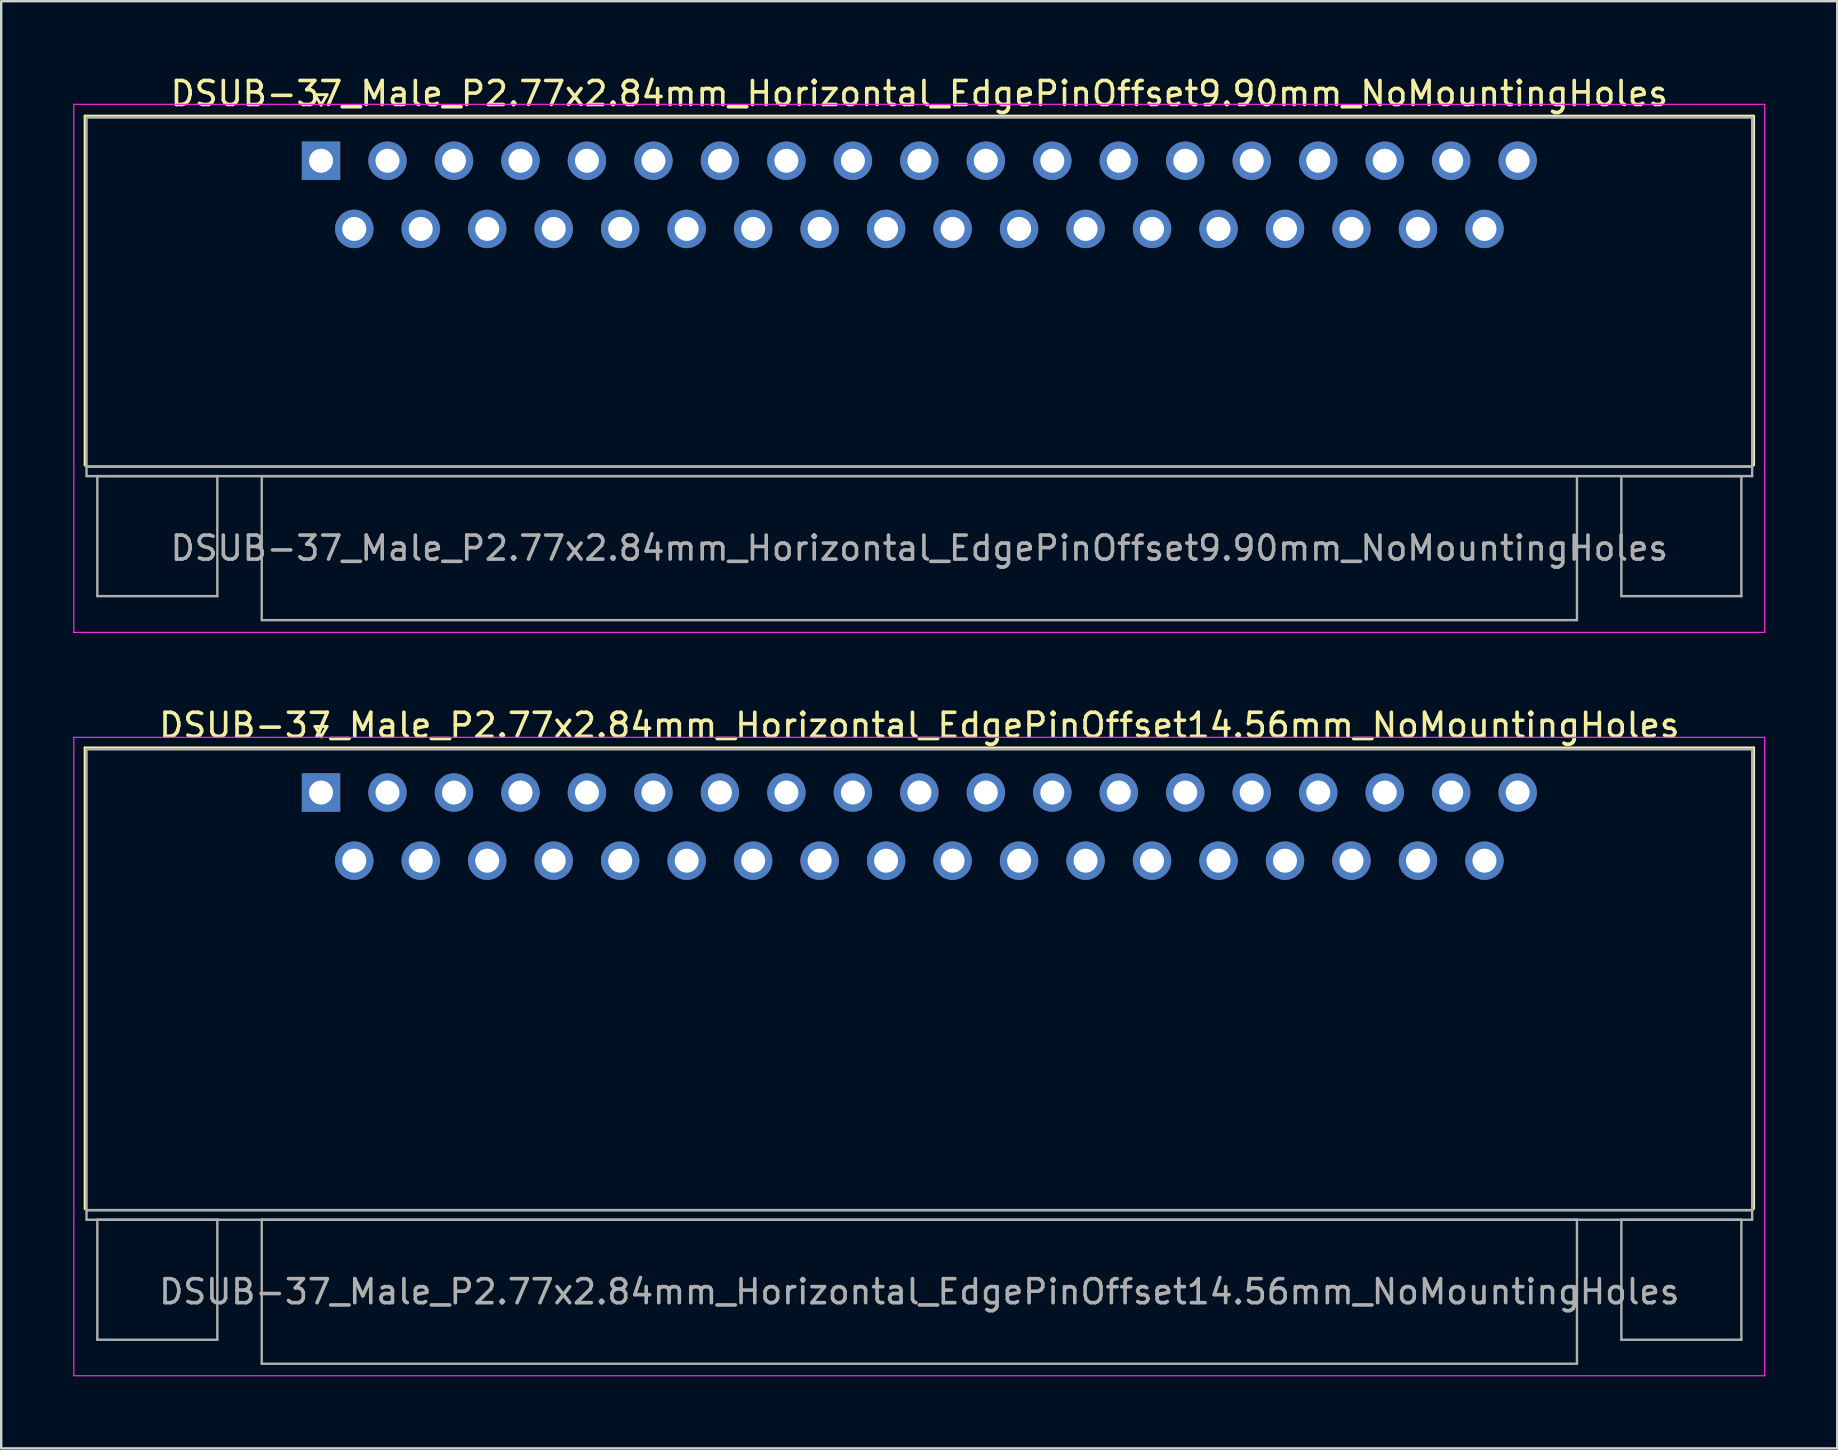
<source format=kicad_pcb>
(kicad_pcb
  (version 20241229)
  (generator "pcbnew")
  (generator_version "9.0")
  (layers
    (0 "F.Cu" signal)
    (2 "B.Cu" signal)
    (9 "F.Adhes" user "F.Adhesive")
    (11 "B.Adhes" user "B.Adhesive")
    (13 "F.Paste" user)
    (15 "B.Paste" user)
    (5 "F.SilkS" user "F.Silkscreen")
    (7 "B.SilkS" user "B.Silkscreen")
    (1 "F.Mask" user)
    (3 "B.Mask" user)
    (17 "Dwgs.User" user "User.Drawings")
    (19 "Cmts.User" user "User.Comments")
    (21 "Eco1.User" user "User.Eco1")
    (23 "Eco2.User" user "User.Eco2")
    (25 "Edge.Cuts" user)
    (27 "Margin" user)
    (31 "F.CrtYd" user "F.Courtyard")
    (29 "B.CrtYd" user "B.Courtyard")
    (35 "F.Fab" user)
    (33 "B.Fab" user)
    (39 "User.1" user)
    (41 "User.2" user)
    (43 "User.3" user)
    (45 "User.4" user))
  (footprint "DSUB-37_Male_P2.77x2.84mm_Horizontal_EdgePinOffset14.56mm_NoMountingHoles"
    (layer "F.Cu")
    (at 10.325 29.971)
    (property "Reference" "DSUB-37_Male_P2.77x2.84mm_Horizontal_EdgePinOffset14.56mm_NoMountingHoles" (at 24.93 -2.8 0) (layer "F.SilkS") (effects (font (size 1 1) (thickness 0.15))))
    (attr through_hole)
    (fp_line (start -9.83 -1.86) (end 59.69 -1.86) (stroke (width 0.12) (type solid)) (layer "F.SilkS"))
    (fp_line (start -9.83 17.34) (end -9.83 -1.86) (stroke (width 0.12) (type solid)) (layer "F.SilkS"))
    (fp_line (start -0.25 -2.754) (end 0.25 -2.754) (stroke (width 0.12) (type solid)) (layer "F.SilkS"))
    (fp_line (start 0 -2.321) (end -0.25 -2.754) (stroke (width 0.12) (type solid)) (layer "F.SilkS"))
    (fp_line (start 0.25 -2.754) (end 0 -2.321) (stroke (width 0.12) (type solid)) (layer "F.SilkS"))
    (fp_line (start 59.69 -1.86) (end 59.69 17.34) (stroke (width 0.12) (type solid)) (layer "F.SilkS"))
    (fp_line (start -10.3 -2.3) (end -10.3 24.3) (stroke (width 0.05) (type solid)) (layer "F.CrtYd"))
    (fp_line (start -10.3 24.3) (end 60.15 24.3) (stroke (width 0.05) (type solid)) (layer "F.CrtYd"))
    (fp_line (start 60.15 -2.3) (end -10.3 -2.3) (stroke (width 0.05) (type solid)) (layer "F.CrtYd"))
    (fp_line (start 60.15 24.3) (end 60.15 -2.3) (stroke (width 0.05) (type solid)) (layer "F.CrtYd"))
    (fp_line (start -9.77 -1.8) (end -9.77 17.4) (stroke (width 0.1) (type solid)) (layer "F.Fab"))
    (fp_line (start -9.77 17.4) (end -9.77 17.8) (stroke (width 0.1) (type solid)) (layer "F.Fab"))
    (fp_line (start -9.77 17.4) (end 59.63 17.4) (stroke (width 0.1) (type solid)) (layer "F.Fab"))
    (fp_line (start -9.77 17.8) (end 59.63 17.8) (stroke (width 0.1) (type solid)) (layer "F.Fab"))
    (fp_line (start -9.32 17.8) (end -9.32 22.8) (stroke (width 0.1) (type solid)) (layer "F.Fab"))
    (fp_line (start -9.32 22.8) (end -4.32 22.8) (stroke (width 0.1) (type solid)) (layer "F.Fab"))
    (fp_line (start -4.32 17.8) (end -9.32 17.8) (stroke (width 0.1) (type solid)) (layer "F.Fab"))
    (fp_line (start -4.32 22.8) (end -4.32 17.8) (stroke (width 0.1) (type solid)) (layer "F.Fab"))
    (fp_line (start -2.47 17.8) (end -2.47 23.8) (stroke (width 0.1) (type solid)) (layer "F.Fab"))
    (fp_line (start -2.47 23.8) (end 52.33 23.8) (stroke (width 0.1) (type solid)) (layer "F.Fab"))
    (fp_line (start 52.33 17.8) (end -2.47 17.8) (stroke (width 0.1) (type solid)) (layer "F.Fab"))
    (fp_line (start 52.33 23.8) (end 52.33 17.8) (stroke (width 0.1) (type solid)) (layer "F.Fab"))
    (fp_line (start 54.18 17.8) (end 54.18 22.8) (stroke (width 0.1) (type solid)) (layer "F.Fab"))
    (fp_line (start 54.18 22.8) (end 59.18 22.8) (stroke (width 0.1) (type solid)) (layer "F.Fab"))
    (fp_line (start 59.18 17.8) (end 54.18 17.8) (stroke (width 0.1) (type solid)) (layer "F.Fab"))
    (fp_line (start 59.18 22.8) (end 59.18 17.8) (stroke (width 0.1) (type solid)) (layer "F.Fab"))
    (fp_line (start 59.63 -1.8) (end -9.77 -1.8) (stroke (width 0.1) (type solid)) (layer "F.Fab"))
    (fp_line (start 59.63 17.4) (end -9.77 17.4) (stroke (width 0.1) (type solid)) (layer "F.Fab"))
    (fp_line (start 59.63 17.4) (end 59.63 -1.8) (stroke (width 0.1) (type solid)) (layer "F.Fab"))
    (fp_line (start 59.63 17.8) (end 59.63 17.4) (stroke (width 0.1) (type solid)) (layer "F.Fab"))
    (fp_text user "${REFERENCE}" (at 24.93 20.8 0) (layer "F.Fab") (effects (font (size 1 1) (thickness 0.15))))
    (pad "1" thru_hole rect (at 0 0) (size 1.6 1.6) (drill 1) (layers "*.Cu" "*.Mask"))
    (pad "2" thru_hole circle (at 2.77 0) (size 1.6 1.6) (drill 1) (layers "*.Cu" "*.Mask"))
    (pad "3" thru_hole circle (at 5.54 0) (size 1.6 1.6) (drill 1) (layers "*.Cu" "*.Mask"))
    (pad "4" thru_hole circle (at 8.31 0) (size 1.6 1.6) (drill 1) (layers "*.Cu" "*.Mask"))
    (pad "5" thru_hole circle (at 11.08 0) (size 1.6 1.6) (drill 1) (layers "*.Cu" "*.Mask"))
    (pad "6" thru_hole circle (at 13.85 0) (size 1.6 1.6) (drill 1) (layers "*.Cu" "*.Mask"))
    (pad "7" thru_hole circle (at 16.62 0) (size 1.6 1.6) (drill 1) (layers "*.Cu" "*.Mask"))
    (pad "8" thru_hole circle (at 19.39 0) (size 1.6 1.6) (drill 1) (layers "*.Cu" "*.Mask"))
    (pad "9" thru_hole circle (at 22.16 0) (size 1.6 1.6) (drill 1) (layers "*.Cu" "*.Mask"))
    (pad "10" thru_hole circle (at 24.93 0) (size 1.6 1.6) (drill 1) (layers "*.Cu" "*.Mask"))
    (pad "11" thru_hole circle (at 27.7 0) (size 1.6 1.6) (drill 1) (layers "*.Cu" "*.Mask"))
    (pad "12" thru_hole circle (at 30.47 0) (size 1.6 1.6) (drill 1) (layers "*.Cu" "*.Mask"))
    (pad "13" thru_hole circle (at 33.24 0) (size 1.6 1.6) (drill 1) (layers "*.Cu" "*.Mask"))
    (pad "14" thru_hole circle (at 36.01 0) (size 1.6 1.6) (drill 1) (layers "*.Cu" "*.Mask"))
    (pad "15" thru_hole circle (at 38.78 0) (size 1.6 1.6) (drill 1) (layers "*.Cu" "*.Mask"))
    (pad "16" thru_hole circle (at 41.55 0) (size 1.6 1.6) (drill 1) (layers "*.Cu" "*.Mask"))
    (pad "17" thru_hole circle (at 44.32 0) (size 1.6 1.6) (drill 1) (layers "*.Cu" "*.Mask"))
    (pad "18" thru_hole circle (at 47.09 0) (size 1.6 1.6) (drill 1) (layers "*.Cu" "*.Mask"))
    (pad "19" thru_hole circle (at 49.86 0) (size 1.6 1.6) (drill 1) (layers "*.Cu" "*.Mask"))
    (pad "20" thru_hole circle (at 1.385 2.84) (size 1.6 1.6) (drill 1) (layers "*.Cu" "*.Mask"))
    (pad "21" thru_hole circle (at 4.155 2.84) (size 1.6 1.6) (drill 1) (layers "*.Cu" "*.Mask"))
    (pad "22" thru_hole circle (at 6.925 2.84) (size 1.6 1.6) (drill 1) (layers "*.Cu" "*.Mask"))
    (pad "23" thru_hole circle (at 9.695 2.84) (size 1.6 1.6) (drill 1) (layers "*.Cu" "*.Mask"))
    (pad "24" thru_hole circle (at 12.465 2.84) (size 1.6 1.6) (drill 1) (layers "*.Cu" "*.Mask"))
    (pad "25" thru_hole circle (at 15.235 2.84) (size 1.6 1.6) (drill 1) (layers "*.Cu" "*.Mask"))
    (pad "26" thru_hole circle (at 18.005 2.84) (size 1.6 1.6) (drill 1) (layers "*.Cu" "*.Mask"))
    (pad "27" thru_hole circle (at 20.775 2.84) (size 1.6 1.6) (drill 1) (layers "*.Cu" "*.Mask"))
    (pad "28" thru_hole circle (at 23.545 2.84) (size 1.6 1.6) (drill 1) (layers "*.Cu" "*.Mask"))
    (pad "29" thru_hole circle (at 26.315 2.84) (size 1.6 1.6) (drill 1) (layers "*.Cu" "*.Mask"))
    (pad "30" thru_hole circle (at 29.085 2.84) (size 1.6 1.6) (drill 1) (layers "*.Cu" "*.Mask"))
    (pad "31" thru_hole circle (at 31.855 2.84) (size 1.6 1.6) (drill 1) (layers "*.Cu" "*.Mask"))
    (pad "32" thru_hole circle (at 34.625 2.84) (size 1.6 1.6) (drill 1) (layers "*.Cu" "*.Mask"))
    (pad "33" thru_hole circle (at 37.395 2.84) (size 1.6 1.6) (drill 1) (layers "*.Cu" "*.Mask"))
    (pad "34" thru_hole circle (at 40.165 2.84) (size 1.6 1.6) (drill 1) (layers "*.Cu" "*.Mask"))
    (pad "35" thru_hole circle (at 42.935 2.84) (size 1.6 1.6) (drill 1) (layers "*.Cu" "*.Mask"))
    (pad "36" thru_hole circle (at 45.705 2.84) (size 1.6 1.6) (drill 1) (layers "*.Cu" "*.Mask"))
    (pad "37" thru_hole circle (at 48.475 2.84) (size 1.6 1.6) (drill 1) (layers "*.Cu" "*.Mask")))
  (footprint "DSUB-37_Male_P2.77x2.84mm_Horizontal_EdgePinOffset9.90mm_NoMountingHoles"
    (layer "F.Cu")
    (at 10.325 3.648)
    (property "Reference" "DSUB-37_Male_P2.77x2.84mm_Horizontal_EdgePinOffset9.90mm_NoMountingHoles" (at 24.93 -2.8 0) (layer "F.SilkS") (effects (font (size 1 1) (thickness 0.15))))
    (attr through_hole)
    (fp_line (start -9.83 -1.86) (end 59.69 -1.86) (stroke (width 0.12) (type solid)) (layer "F.SilkS"))
    (fp_line (start -9.83 12.68) (end -9.83 -1.86) (stroke (width 0.12) (type solid)) (layer "F.SilkS"))
    (fp_line (start -0.25 -2.754) (end 0.25 -2.754) (stroke (width 0.12) (type solid)) (layer "F.SilkS"))
    (fp_line (start 0 -2.321) (end -0.25 -2.754) (stroke (width 0.12) (type solid)) (layer "F.SilkS"))
    (fp_line (start 0.25 -2.754) (end 0 -2.321) (stroke (width 0.12) (type solid)) (layer "F.SilkS"))
    (fp_line (start 59.69 -1.86) (end 59.69 12.68) (stroke (width 0.12) (type solid)) (layer "F.SilkS"))
    (fp_line (start -10.3 -2.35) (end -10.3 19.65) (stroke (width 0.05) (type solid)) (layer "F.CrtYd"))
    (fp_line (start -10.3 19.65) (end 60.15 19.65) (stroke (width 0.05) (type solid)) (layer "F.CrtYd"))
    (fp_line (start 60.15 -2.35) (end -10.3 -2.35) (stroke (width 0.05) (type solid)) (layer "F.CrtYd"))
    (fp_line (start 60.15 19.65) (end 60.15 -2.35) (stroke (width 0.05) (type solid)) (layer "F.CrtYd"))
    (fp_line (start -9.77 -1.8) (end -9.77 12.74) (stroke (width 0.1) (type solid)) (layer "F.Fab"))
    (fp_line (start -9.77 12.74) (end -9.77 13.14) (stroke (width 0.1) (type solid)) (layer "F.Fab"))
    (fp_line (start -9.77 12.74) (end 59.63 12.74) (stroke (width 0.1) (type solid)) (layer "F.Fab"))
    (fp_line (start -9.77 13.14) (end 59.63 13.14) (stroke (width 0.1) (type solid)) (layer "F.Fab"))
    (fp_line (start -9.32 13.14) (end -9.32 18.14) (stroke (width 0.1) (type solid)) (layer "F.Fab"))
    (fp_line (start -9.32 18.14) (end -4.32 18.14) (stroke (width 0.1) (type solid)) (layer "F.Fab"))
    (fp_line (start -4.32 13.14) (end -9.32 13.14) (stroke (width 0.1) (type solid)) (layer "F.Fab"))
    (fp_line (start -4.32 18.14) (end -4.32 13.14) (stroke (width 0.1) (type solid)) (layer "F.Fab"))
    (fp_line (start -2.47 13.14) (end -2.47 19.14) (stroke (width 0.1) (type solid)) (layer "F.Fab"))
    (fp_line (start -2.47 19.14) (end 52.33 19.14) (stroke (width 0.1) (type solid)) (layer "F.Fab"))
    (fp_line (start 52.33 13.14) (end -2.47 13.14) (stroke (width 0.1) (type solid)) (layer "F.Fab"))
    (fp_line (start 52.33 19.14) (end 52.33 13.14) (stroke (width 0.1) (type solid)) (layer "F.Fab"))
    (fp_line (start 54.18 13.14) (end 54.18 18.14) (stroke (width 0.1) (type solid)) (layer "F.Fab"))
    (fp_line (start 54.18 18.14) (end 59.18 18.14) (stroke (width 0.1) (type solid)) (layer "F.Fab"))
    (fp_line (start 59.18 13.14) (end 54.18 13.14) (stroke (width 0.1) (type solid)) (layer "F.Fab"))
    (fp_line (start 59.18 18.14) (end 59.18 13.14) (stroke (width 0.1) (type solid)) (layer "F.Fab"))
    (fp_line (start 59.63 -1.8) (end -9.77 -1.8) (stroke (width 0.1) (type solid)) (layer "F.Fab"))
    (fp_line (start 59.63 12.74) (end -9.77 12.74) (stroke (width 0.1) (type solid)) (layer "F.Fab"))
    (fp_line (start 59.63 12.74) (end 59.63 -1.8) (stroke (width 0.1) (type solid)) (layer "F.Fab"))
    (fp_line (start 59.63 13.14) (end 59.63 12.74) (stroke (width 0.1) (type solid)) (layer "F.Fab"))
    (fp_text user "${REFERENCE}" (at 24.93 16.14 0) (layer "F.Fab") (effects (font (size 1 1) (thickness 0.15))))
    (pad "1" thru_hole rect (at 0 0) (size 1.6 1.6) (drill 1) (layers "*.Cu" "*.Mask"))
    (pad "2" thru_hole circle (at 2.77 0) (size 1.6 1.6) (drill 1) (layers "*.Cu" "*.Mask"))
    (pad "3" thru_hole circle (at 5.54 0) (size 1.6 1.6) (drill 1) (layers "*.Cu" "*.Mask"))
    (pad "4" thru_hole circle (at 8.31 0) (size 1.6 1.6) (drill 1) (layers "*.Cu" "*.Mask"))
    (pad "5" thru_hole circle (at 11.08 0) (size 1.6 1.6) (drill 1) (layers "*.Cu" "*.Mask"))
    (pad "6" thru_hole circle (at 13.85 0) (size 1.6 1.6) (drill 1) (layers "*.Cu" "*.Mask"))
    (pad "7" thru_hole circle (at 16.62 0) (size 1.6 1.6) (drill 1) (layers "*.Cu" "*.Mask"))
    (pad "8" thru_hole circle (at 19.39 0) (size 1.6 1.6) (drill 1) (layers "*.Cu" "*.Mask"))
    (pad "9" thru_hole circle (at 22.16 0) (size 1.6 1.6) (drill 1) (layers "*.Cu" "*.Mask"))
    (pad "10" thru_hole circle (at 24.93 0) (size 1.6 1.6) (drill 1) (layers "*.Cu" "*.Mask"))
    (pad "11" thru_hole circle (at 27.7 0) (size 1.6 1.6) (drill 1) (layers "*.Cu" "*.Mask"))
    (pad "12" thru_hole circle (at 30.47 0) (size 1.6 1.6) (drill 1) (layers "*.Cu" "*.Mask"))
    (pad "13" thru_hole circle (at 33.24 0) (size 1.6 1.6) (drill 1) (layers "*.Cu" "*.Mask"))
    (pad "14" thru_hole circle (at 36.01 0) (size 1.6 1.6) (drill 1) (layers "*.Cu" "*.Mask"))
    (pad "15" thru_hole circle (at 38.78 0) (size 1.6 1.6) (drill 1) (layers "*.Cu" "*.Mask"))
    (pad "16" thru_hole circle (at 41.55 0) (size 1.6 1.6) (drill 1) (layers "*.Cu" "*.Mask"))
    (pad "17" thru_hole circle (at 44.32 0) (size 1.6 1.6) (drill 1) (layers "*.Cu" "*.Mask"))
    (pad "18" thru_hole circle (at 47.09 0) (size 1.6 1.6) (drill 1) (layers "*.Cu" "*.Mask"))
    (pad "19" thru_hole circle (at 49.86 0) (size 1.6 1.6) (drill 1) (layers "*.Cu" "*.Mask"))
    (pad "20" thru_hole circle (at 1.385 2.84) (size 1.6 1.6) (drill 1) (layers "*.Cu" "*.Mask"))
    (pad "21" thru_hole circle (at 4.155 2.84) (size 1.6 1.6) (drill 1) (layers "*.Cu" "*.Mask"))
    (pad "22" thru_hole circle (at 6.925 2.84) (size 1.6 1.6) (drill 1) (layers "*.Cu" "*.Mask"))
    (pad "23" thru_hole circle (at 9.695 2.84) (size 1.6 1.6) (drill 1) (layers "*.Cu" "*.Mask"))
    (pad "24" thru_hole circle (at 12.465 2.84) (size 1.6 1.6) (drill 1) (layers "*.Cu" "*.Mask"))
    (pad "25" thru_hole circle (at 15.235 2.84) (size 1.6 1.6) (drill 1) (layers "*.Cu" "*.Mask"))
    (pad "26" thru_hole circle (at 18.005 2.84) (size 1.6 1.6) (drill 1) (layers "*.Cu" "*.Mask"))
    (pad "27" thru_hole circle (at 20.775 2.84) (size 1.6 1.6) (drill 1) (layers "*.Cu" "*.Mask"))
    (pad "28" thru_hole circle (at 23.545 2.84) (size 1.6 1.6) (drill 1) (layers "*.Cu" "*.Mask"))
    (pad "29" thru_hole circle (at 26.315 2.84) (size 1.6 1.6) (drill 1) (layers "*.Cu" "*.Mask"))
    (pad "30" thru_hole circle (at 29.085 2.84) (size 1.6 1.6) (drill 1) (layers "*.Cu" "*.Mask"))
    (pad "31" thru_hole circle (at 31.855 2.84) (size 1.6 1.6) (drill 1) (layers "*.Cu" "*.Mask"))
    (pad "32" thru_hole circle (at 34.625 2.84) (size 1.6 1.6) (drill 1) (layers "*.Cu" "*.Mask"))
    (pad "33" thru_hole circle (at 37.395 2.84) (size 1.6 1.6) (drill 1) (layers "*.Cu" "*.Mask"))
    (pad "34" thru_hole circle (at 40.165 2.84) (size 1.6 1.6) (drill 1) (layers "*.Cu" "*.Mask"))
    (pad "35" thru_hole circle (at 42.935 2.84) (size 1.6 1.6) (drill 1) (layers "*.Cu" "*.Mask"))
    (pad "36" thru_hole circle (at 45.705 2.84) (size 1.6 1.6) (drill 1) (layers "*.Cu" "*.Mask"))
    (pad "37" thru_hole circle (at 48.475 2.84) (size 1.6 1.6) (drill 1) (layers "*.Cu" "*.Mask")))
  (gr_rect
    (start -3 -3)
    (end 73.5 57.297)
    (stroke (width 0.1) (type default))
    (fill no)
    (layer "Edge.Cuts")))
</source>
